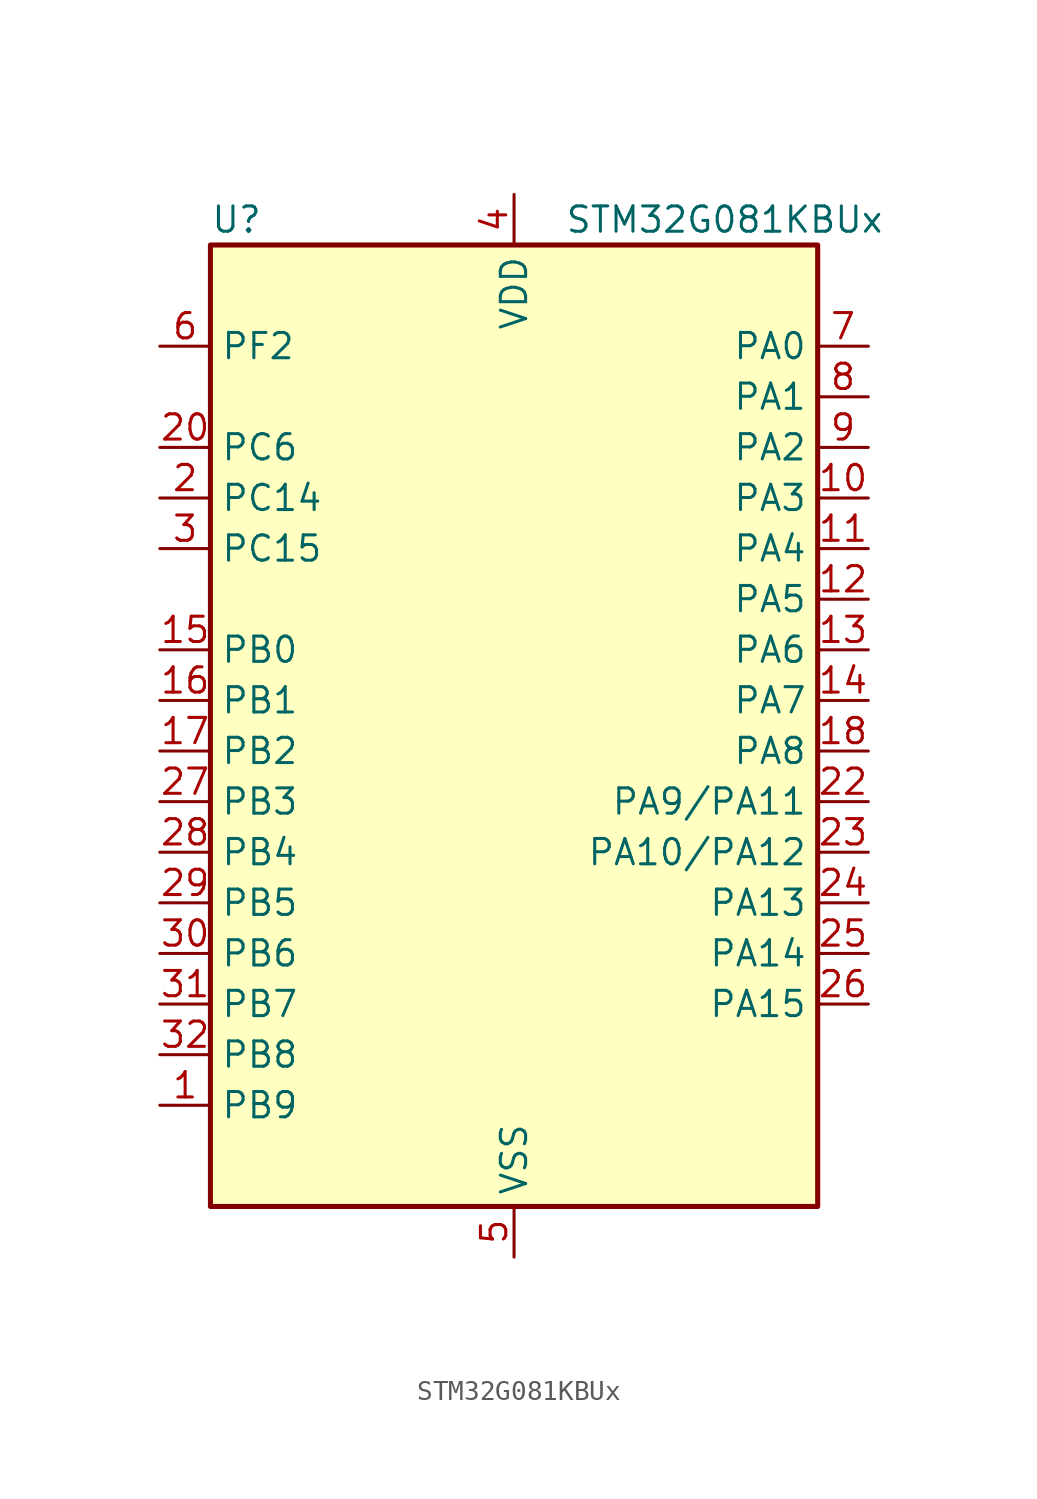
<source format=kicad_sym>
(kicad_symbol_lib
  (version 20231120)
  (generator "kicad-library-utils")
  (generator_version "8.0")
  (symbol "STM32G081KBUx"
    (property "Reference" "U"
      (at -15.24 26.67 0)
      (effects (font (size 1.27 1.27)) (justify left)))
    (property "Value" "STM32G081KBUx"
      (at 2.54 26.67 0)
      (effects (font (size 1.27 1.27)) (justify left)))
    (symbol "STM32G081KBUx_0_1"
      (rectangle (start -15.24 -22.86) (end 15.24 25.4) (stroke (width 0.254) (type default)) (fill (type background))))
    (symbol "STM32G081KBUx_1_1"
      (pin bidirectional line (at -17.78 -17.78 0) (length 2.54) (name "PB9" (effects (font (size 1.27 1.27)))) (number "1" (effects (font (size 1.27 1.27)))) (alternate "DAC1_EXTI9" bidirectional line) (alternate "I2C1_SDA" bidirectional line) (alternate "IR_OUT" bidirectional line) (alternate "SPI2_NSS" bidirectional line) (alternate "TIM17_CH1" bidirectional line) (alternate "USART3_RX" bidirectional line))
      (pin bidirectional line (at 17.78 12.7 180) (length 2.54) (name "PA3" (effects (font (size 1.27 1.27)))) (number "10" (effects (font (size 1.27 1.27)))) (alternate "ADC1_IN3" bidirectional line) (alternate "COMP2_INP" bidirectional line) (alternate "LPUART1_RX" bidirectional line) (alternate "SPI2_MISO" bidirectional line) (alternate "TIM15_CH2" bidirectional line) (alternate "TIM2_CH4" bidirectional line) (alternate "USART2_RX" bidirectional line))
      (pin bidirectional line (at 17.78 10.16 180) (length 2.54) (name "PA4" (effects (font (size 1.27 1.27)))) (number "11" (effects (font (size 1.27 1.27)))) (alternate "ADC1_IN4" bidirectional line) (alternate "DAC1_OUT1" bidirectional line) (alternate "I2S1_WS" bidirectional line) (alternate "LPTIM2_OUT" bidirectional line) (alternate "RTC_OUT_ALARM" bidirectional line) (alternate "RTC_OUT_CALIB" bidirectional line) (alternate "RTC_TAMP_IN1" bidirectional line) (alternate "RTC_TS" bidirectional line) (alternate "SPI1_NSS" bidirectional line) (alternate "SPI2_MOSI" bidirectional line) (alternate "SYS_WKUP2" bidirectional line) (alternate "TIM14_CH1" bidirectional line))
      (pin bidirectional line (at 17.78 7.62 180) (length 2.54) (name "PA5" (effects (font (size 1.27 1.27)))) (number "12" (effects (font (size 1.27 1.27)))) (alternate "ADC1_IN5" bidirectional line) (alternate "CEC" bidirectional line) (alternate "DAC1_OUT2" bidirectional line) (alternate "I2S1_CK" bidirectional line) (alternate "LPTIM2_ETR" bidirectional line) (alternate "SPI1_SCK" bidirectional line) (alternate "TIM2_CH1" bidirectional line) (alternate "TIM2_ETR" bidirectional line) (alternate "UCPD1_FRSTX1" bidirectional line) (alternate "UCPD1_FRSTX2" bidirectional line) (alternate "USART3_TX" bidirectional line))
      (pin bidirectional line (at 17.78 5.08 180) (length 2.54) (name "PA6" (effects (font (size 1.27 1.27)))) (number "13" (effects (font (size 1.27 1.27)))) (alternate "ADC1_IN6" bidirectional line) (alternate "COMP1_OUT" bidirectional line) (alternate "I2S1_MCK" bidirectional line) (alternate "LPUART1_CTS" bidirectional line) (alternate "SPI1_MISO" bidirectional line) (alternate "TIM16_CH1" bidirectional line) (alternate "TIM1_BK" bidirectional line) (alternate "TIM3_CH1" bidirectional line) (alternate "USART3_CTS" bidirectional line) (alternate "USART3_NSS" bidirectional line))
      (pin bidirectional line (at 17.78 2.54 180) (length 2.54) (name "PA7" (effects (font (size 1.27 1.27)))) (number "14" (effects (font (size 1.27 1.27)))) (alternate "ADC1_IN7" bidirectional line) (alternate "COMP2_OUT" bidirectional line) (alternate "I2S1_SD" bidirectional line) (alternate "SPI1_MOSI" bidirectional line) (alternate "TIM14_CH1" bidirectional line) (alternate "TIM17_CH1" bidirectional line) (alternate "TIM1_CH1N" bidirectional line) (alternate "TIM3_CH2" bidirectional line) (alternate "UCPD1_FRSTX1" bidirectional line) (alternate "UCPD1_FRSTX2" bidirectional line))
      (pin bidirectional line (at -17.78 5.08 0) (length 2.54) (name "PB0" (effects (font (size 1.27 1.27)))) (number "15" (effects (font (size 1.27 1.27)))) (alternate "ADC1_IN8" bidirectional line) (alternate "COMP1_OUT" bidirectional line) (alternate "I2S1_WS" bidirectional line) (alternate "LPTIM1_OUT" bidirectional line) (alternate "SPI1_NSS" bidirectional line) (alternate "TIM1_CH2N" bidirectional line) (alternate "TIM3_CH3" bidirectional line) (alternate "UCPD1_FRSTX1" bidirectional line) (alternate "UCPD1_FRSTX2" bidirectional line) (alternate "USART3_RX" bidirectional line))
      (pin bidirectional line (at -17.78 2.54 0) (length 2.54) (name "PB1" (effects (font (size 1.27 1.27)))) (number "16" (effects (font (size 1.27 1.27)))) (alternate "ADC1_IN9" bidirectional line) (alternate "COMP1_INM" bidirectional line) (alternate "LPTIM2_IN1" bidirectional line) (alternate "LPUART1_DE" bidirectional line) (alternate "LPUART1_RTS" bidirectional line) (alternate "TIM14_CH1" bidirectional line) (alternate "TIM1_CH3N" bidirectional line) (alternate "TIM3_CH4" bidirectional line) (alternate "USART3_CK" bidirectional line) (alternate "USART3_DE" bidirectional line) (alternate "USART3_RTS" bidirectional line))
      (pin bidirectional line (at -17.78 0 0) (length 2.54) (name "PB2" (effects (font (size 1.27 1.27)))) (number "17" (effects (font (size 1.27 1.27)))) (alternate "ADC1_IN10" bidirectional line) (alternate "COMP1_INP" bidirectional line) (alternate "LPTIM1_OUT" bidirectional line) (alternate "SPI2_MISO" bidirectional line) (alternate "USART3_TX" bidirectional line))
      (pin bidirectional line (at 17.78 0 180) (length 2.54) (name "PA8" (effects (font (size 1.27 1.27)))) (number "18" (effects (font (size 1.27 1.27)))) (alternate "LPTIM2_OUT" bidirectional line) (alternate "RCC_MCO" bidirectional line) (alternate "SPI2_NSS" bidirectional line) (alternate "TIM1_CH1" bidirectional line) (alternate "UCPD1_CC1" bidirectional line))
      (pin no_connect line (at -15.24 -22.86 0) (length 2.54) hide (name "NC/PA9" (effects (font (size 1.27 1.27)))) (number "19" (effects (font (size 1.27 1.27)))) (alternate "NC" bidirectional line) (alternate "PA9" bidirectional line) (alternate "DAC1_EXTI9 (PA9)" bidirectional line) (alternate "I2C1_SCL (PA9)" bidirectional line) (alternate "RCC_MCO (PA9)" bidirectional line) (alternate "SPI2_MISO (PA9)" bidirectional line) (alternate "TIM15_BK (PA9)" bidirectional line) (alternate "TIM1_CH2 (PA9)" bidirectional line) (alternate "UCPD1_DBCC1 (PA9)" bidirectional line) (alternate "USART1_TX (PA9)" bidirectional line))
      (pin bidirectional line (at -17.78 12.7 0) (length 2.54) (name "PC14" (effects (font (size 1.27 1.27)))) (number "2" (effects (font (size 1.27 1.27)))) (alternate "RCC_OSC32_IN" bidirectional line) (alternate "RCC_OSC_IN" bidirectional line) (alternate "TIM1_BK2" bidirectional line))
      (pin bidirectional line (at -17.78 15.24 0) (length 2.54) (name "PC6" (effects (font (size 1.27 1.27)))) (number "20" (effects (font (size 1.27 1.27)))) (alternate "TIM2_CH3" bidirectional line) (alternate "TIM3_CH1" bidirectional line) (alternate "UCPD1_FRSTX1" bidirectional line) (alternate "UCPD1_FRSTX2" bidirectional line))
      (pin no_connect line (at -15.24 -20.32 0) (length 2.54) hide (name "NC/PA10" (effects (font (size 1.27 1.27)))) (number "21" (effects (font (size 1.27 1.27)))) (alternate "NC" bidirectional line) (alternate "PA10" bidirectional line) (alternate "I2C1_SDA (PA10)" bidirectional line) (alternate "SPI2_MOSI (PA10)" bidirectional line) (alternate "TIM17_BK (PA10)" bidirectional line) (alternate "TIM1_CH3 (PA10)" bidirectional line) (alternate "UCPD1_DBCC2 (PA10)" bidirectional line) (alternate "USART1_RX (PA10)" bidirectional line))
      (pin bidirectional line (at 17.78 -2.54 180) (length 2.54) (name "PA9/PA11" (effects (font (size 1.27 1.27)))) (number "22" (effects (font (size 1.27 1.27)))) (alternate "PA9" bidirectional line) (alternate "DAC1_EXTI9 (PA9)" bidirectional line) (alternate "I2C1_SCL (PA9)" bidirectional line) (alternate "RCC_MCO (PA9)" bidirectional line) (alternate "SPI2_MISO (PA9)" bidirectional line) (alternate "TIM15_BK (PA9)" bidirectional line) (alternate "TIM1_CH2 (PA9)" bidirectional line) (alternate "USART1_TX (PA9)" bidirectional line) (alternate "PA11" bidirectional line) (alternate "ADC1_EXTI11 (PA11)" bidirectional line) (alternate "COMP1_OUT (PA11)" bidirectional line) (alternate "I2C2_SCL (PA11)" bidirectional line) (alternate "I2S1_MCK (PA11)" bidirectional line) (alternate "SPI1_MISO (PA11)" bidirectional line) (alternate "TIM1_BK2 (PA11)" bidirectional line) (alternate "TIM1_CH4 (PA11)" bidirectional line) (alternate "USART1_CTS (PA11)" bidirectional line) (alternate "USART1_NSS (PA11)" bidirectional line))
      (pin bidirectional line (at 17.78 -5.08 180) (length 2.54) (name "PA10/PA12" (effects (font (size 1.27 1.27)))) (number "23" (effects (font (size 1.27 1.27)))) (alternate "PA10" bidirectional line) (alternate "I2C1_SDA (PA10)" bidirectional line) (alternate "SPI2_MOSI (PA10)" bidirectional line) (alternate "TIM17_BK (PA10)" bidirectional line) (alternate "TIM1_CH3 (PA10)" bidirectional line) (alternate "USART1_RX (PA10)" bidirectional line) (alternate "PA12" bidirectional line) (alternate "COMP2_OUT (PA12)" bidirectional line) (alternate "I2C2_SDA (PA12)" bidirectional line) (alternate "I2S1_SD (PA12)" bidirectional line) (alternate "I2S_CKIN (PA12)" bidirectional line) (alternate "SPI1_MOSI (PA12)" bidirectional line) (alternate "TIM1_ETR (PA12)" bidirectional line) (alternate "USART1_CK (PA12)" bidirectional line) (alternate "USART1_DE (PA12)" bidirectional line) (alternate "USART1_RTS (PA12)" bidirectional line))
      (pin bidirectional line (at 17.78 -7.62 180) (length 2.54) (name "PA13" (effects (font (size 1.27 1.27)))) (number "24" (effects (font (size 1.27 1.27)))) (alternate "IR_OUT" bidirectional line) (alternate "SYS_SWDIO" bidirectional line))
      (pin bidirectional line (at 17.78 -10.16 180) (length 2.54) (name "PA14" (effects (font (size 1.27 1.27)))) (number "25" (effects (font (size 1.27 1.27)))) (alternate "SYS_SWCLK" bidirectional line) (alternate "USART2_TX" bidirectional line))
      (pin bidirectional line (at 17.78 -12.7 180) (length 2.54) (name "PA15" (effects (font (size 1.27 1.27)))) (number "26" (effects (font (size 1.27 1.27)))) (alternate "I2S1_WS" bidirectional line) (alternate "SPI1_NSS" bidirectional line) (alternate "TIM2_CH1" bidirectional line) (alternate "TIM2_ETR" bidirectional line) (alternate "USART2_RX" bidirectional line) (alternate "USART3_CK" bidirectional line) (alternate "USART3_DE" bidirectional line) (alternate "USART3_RTS" bidirectional line) (alternate "USART4_CK" bidirectional line) (alternate "USART4_DE" bidirectional line) (alternate "USART4_RTS" bidirectional line))
      (pin bidirectional line (at -17.78 -2.54 0) (length 2.54) (name "PB3" (effects (font (size 1.27 1.27)))) (number "27" (effects (font (size 1.27 1.27)))) (alternate "COMP2_INM" bidirectional line) (alternate "I2S1_CK" bidirectional line) (alternate "SPI1_SCK" bidirectional line) (alternate "TIM1_CH2" bidirectional line) (alternate "TIM2_CH2" bidirectional line) (alternate "USART1_CK" bidirectional line) (alternate "USART1_DE" bidirectional line) (alternate "USART1_RTS" bidirectional line))
      (pin bidirectional line (at -17.78 -5.08 0) (length 2.54) (name "PB4" (effects (font (size 1.27 1.27)))) (number "28" (effects (font (size 1.27 1.27)))) (alternate "COMP2_INP" bidirectional line) (alternate "I2S1_MCK" bidirectional line) (alternate "SPI1_MISO" bidirectional line) (alternate "TIM17_BK" bidirectional line) (alternate "TIM3_CH1" bidirectional line) (alternate "USART1_CTS" bidirectional line) (alternate "USART1_NSS" bidirectional line))
      (pin bidirectional line (at -17.78 -7.62 0) (length 2.54) (name "PB5" (effects (font (size 1.27 1.27)))) (number "29" (effects (font (size 1.27 1.27)))) (alternate "COMP2_OUT" bidirectional line) (alternate "I2C1_SMBA" bidirectional line) (alternate "I2S1_SD" bidirectional line) (alternate "LPTIM1_IN1" bidirectional line) (alternate "SPI1_MOSI" bidirectional line) (alternate "SYS_WKUP6" bidirectional line) (alternate "TIM16_BK" bidirectional line) (alternate "TIM3_CH2" bidirectional line))
      (pin bidirectional line (at -17.78 10.16 0) (length 2.54) (name "PC15" (effects (font (size 1.27 1.27)))) (number "3" (effects (font (size 1.27 1.27)))) (alternate "RCC_OSC32_EN" bidirectional line) (alternate "RCC_OSC32_OUT" bidirectional line) (alternate "RCC_OSC_EN" bidirectional line) (alternate "TIM15_BK" bidirectional line))
      (pin bidirectional line (at -17.78 -10.16 0) (length 2.54) (name "PB6" (effects (font (size 1.27 1.27)))) (number "30" (effects (font (size 1.27 1.27)))) (alternate "COMP2_INP" bidirectional line) (alternate "I2C1_SCL" bidirectional line) (alternate "LPTIM1_ETR" bidirectional line) (alternate "SPI2_MISO" bidirectional line) (alternate "TIM16_CH1N" bidirectional line) (alternate "TIM1_CH3" bidirectional line) (alternate "USART1_TX" bidirectional line))
      (pin bidirectional line (at -17.78 -12.7 0) (length 2.54) (name "PB7" (effects (font (size 1.27 1.27)))) (number "31" (effects (font (size 1.27 1.27)))) (alternate "COMP2_INM" bidirectional line) (alternate "I2C1_SDA" bidirectional line) (alternate "LPTIM1_IN2" bidirectional line) (alternate "SPI2_MOSI" bidirectional line) (alternate "SYS_PVD_IN" bidirectional line) (alternate "TIM17_CH1N" bidirectional line) (alternate "USART1_RX" bidirectional line) (alternate "USART4_CTS" bidirectional line) (alternate "USART4_NSS" bidirectional line))
      (pin bidirectional line (at -17.78 -15.24 0) (length 2.54) (name "PB8" (effects (font (size 1.27 1.27)))) (number "32" (effects (font (size 1.27 1.27)))) (alternate "CEC" bidirectional line) (alternate "I2C1_SCL" bidirectional line) (alternate "SPI2_SCK" bidirectional line) (alternate "TIM15_BK" bidirectional line) (alternate "TIM16_CH1" bidirectional line) (alternate "USART3_TX" bidirectional line))
      (pin passive line (at 0 -25.4 90) (length 2.54) hide (name "VSS" (effects (font (size 1.27 1.27)))) (number "33" (effects (font (size 1.27 1.27)))))
      (pin power_in line (at 0 27.94 270) (length 2.54) (name "VDD" (effects (font (size 1.27 1.27)))) (number "4" (effects (font (size 1.27 1.27)))))
      (pin power_in line (at 0 -25.4 90) (length 2.54) (name "VSS" (effects (font (size 1.27 1.27)))) (number "5" (effects (font (size 1.27 1.27)))))
      (pin bidirectional line (at -17.78 20.32 0) (length 2.54) (name "PF2" (effects (font (size 1.27 1.27)))) (number "6" (effects (font (size 1.27 1.27)))) (alternate "RCC_MCO" bidirectional line))
      (pin bidirectional line (at 17.78 20.32 180) (length 2.54) (name "PA0" (effects (font (size 1.27 1.27)))) (number "7" (effects (font (size 1.27 1.27)))) (alternate "ADC1_IN0" bidirectional line) (alternate "COMP1_INM" bidirectional line) (alternate "COMP1_OUT" bidirectional line) (alternate "LPTIM1_OUT" bidirectional line) (alternate "RTC_TAMP_IN2" bidirectional line) (alternate "SPI2_SCK" bidirectional line) (alternate "SYS_WKUP1" bidirectional line) (alternate "TIM2_CH1" bidirectional line) (alternate "TIM2_ETR" bidirectional line) (alternate "USART2_CTS" bidirectional line) (alternate "USART2_NSS" bidirectional line) (alternate "USART4_TX" bidirectional line))
      (pin bidirectional line (at 17.78 17.78 180) (length 2.54) (name "PA1" (effects (font (size 1.27 1.27)))) (number "8" (effects (font (size 1.27 1.27)))) (alternate "ADC1_IN1" bidirectional line) (alternate "COMP1_INP" bidirectional line) (alternate "I2C1_SMBA" bidirectional line) (alternate "I2S1_CK" bidirectional line) (alternate "SPI1_SCK" bidirectional line) (alternate "TIM15_CH1N" bidirectional line) (alternate "TIM2_CH2" bidirectional line) (alternate "USART2_CK" bidirectional line) (alternate "USART2_DE" bidirectional line) (alternate "USART2_RTS" bidirectional line) (alternate "USART4_RX" bidirectional line))
      (pin bidirectional line (at 17.78 15.24 180) (length 2.54) (name "PA2" (effects (font (size 1.27 1.27)))) (number "9" (effects (font (size 1.27 1.27)))) (alternate "ADC1_IN2" bidirectional line) (alternate "COMP2_INM" bidirectional line) (alternate "COMP2_OUT" bidirectional line) (alternate "I2S1_SD" bidirectional line) (alternate "LPUART1_TX" bidirectional line) (alternate "RCC_LSCO" bidirectional line) (alternate "SPI1_MOSI" bidirectional line) (alternate "SYS_WKUP4" bidirectional line) (alternate "TIM15_CH1" bidirectional line) (alternate "TIM2_CH3" bidirectional line) (alternate "UCPD1_FRSTX1" bidirectional line) (alternate "UCPD1_FRSTX2" bidirectional line) (alternate "USART2_TX" bidirectional line)))))
</source>
